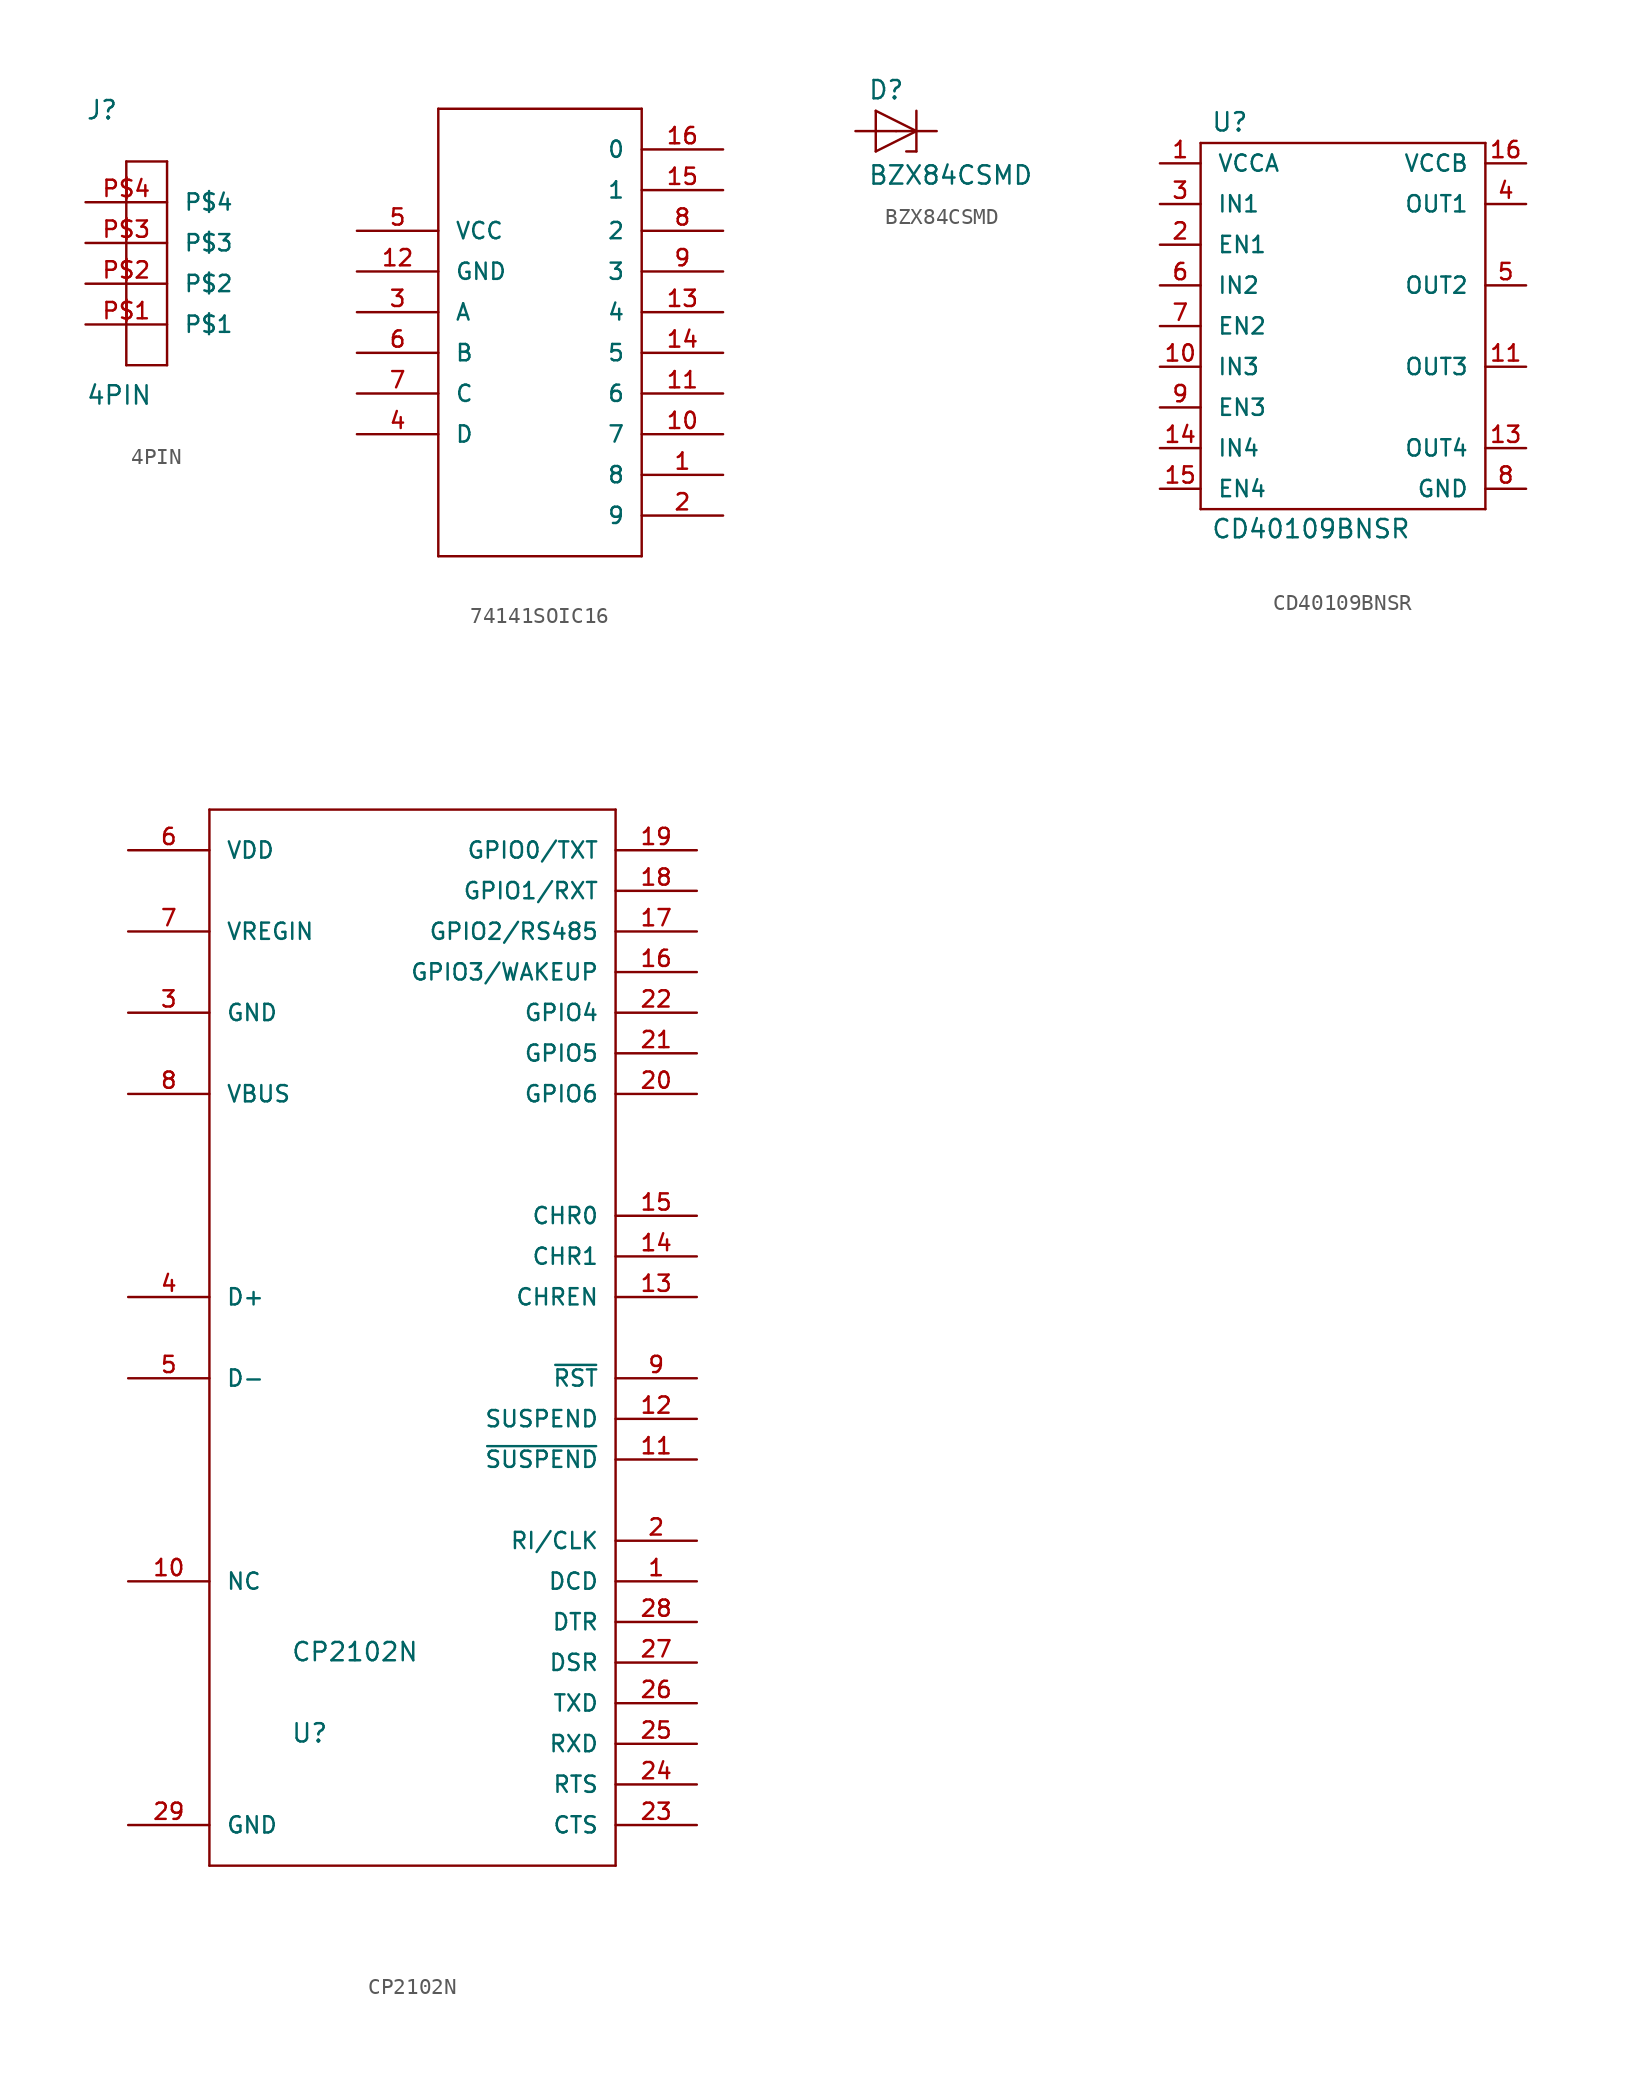
<source format=kicad_sym>
(kicad_symbol_lib
  (version 20220914)
  (generator kicad_symbol_editor)
  (symbol "4PIN"
    (pin_names
      (offset 1.016))
    (property "Reference" "J"
      (at -5.08 12.7 0)
      (effects (font (size 1.143 1.143)) (justify left bottom)))
    (property "Value" "4PIN"
      (at -5.08 -5.08 0)
      (effects (font (size 1.143 1.143)) (justify left bottom)))
    (property "ki_locked" ""
      (at 0 0 0)
      (effects (font (size 1.27 1.27))))
    (symbol "4PIN_1_0"
      (polyline (pts (xy -2.54 -2.54) (xy -2.54 10.16)) (stroke (width 0) (type solid)) (fill (type none)))
      (polyline (pts (xy -2.54 10.16) (xy 0 10.16)) (stroke (width 0) (type solid)) (fill (type none)))
      (polyline (pts (xy 0 -2.54) (xy -2.54 -2.54)) (stroke (width 0) (type solid)) (fill (type none)))
      (polyline (pts (xy 0 10.16) (xy 0 -2.54)) (stroke (width 0) (type solid)) (fill (type none))))
    (symbol "4PIN_1_1"
      (pin bidirectional line (at -5.08 0 0) (length 5.08) (name "P$1" (effects (font (size 1.016 1.016)))) (number "P$1" (effects (font (size 1.016 1.016)))))
      (pin bidirectional line (at -5.08 2.54 0) (length 5.08) (name "P$2" (effects (font (size 1.016 1.016)))) (number "P$2" (effects (font (size 1.016 1.016)))))
      (pin bidirectional line (at -5.08 5.08 0) (length 5.08) (name "P$3" (effects (font (size 1.016 1.016)))) (number "P$3" (effects (font (size 1.016 1.016)))))
      (pin bidirectional line (at -5.08 7.62 0) (length 5.08) (name "P$4" (effects (font (size 1.016 1.016)))) (number "P$4" (effects (font (size 1.016 1.016)))))
      (pin bidirectional line (at -5.08 0 0) (length 5.08) hide (name "P$1" (effects (font (size 1.016 1.016)))) (number "P$5" (effects (font (size 1.016 1.016)))))
      (pin bidirectional line (at -5.08 2.54 0) (length 5.08) hide (name "P$2" (effects (font (size 1.016 1.016)))) (number "P$6" (effects (font (size 1.016 1.016)))))
      (pin bidirectional line (at -5.08 5.08 0) (length 5.08) hide (name "P$3" (effects (font (size 1.016 1.016)))) (number "P$7" (effects (font (size 1.016 1.016)))))
      (pin bidirectional line (at -5.08 7.62 0) (length 5.08) hide (name "P$4" (effects (font (size 1.016 1.016)))) (number "P$8" (effects (font (size 1.016 1.016)))))))
  (symbol "74141SOIC16"
    (pin_names
      (offset 1.016))
    (property "Reference" "M"
      (at 0 0 0)
      (effects (font (size 1.143 1.143)) hide))
    (property "ki_locked" ""
      (at 0 0 0)
      (effects (font (size 1.27 1.27))))
    (symbol "74141SOIC16_1_0"
      (polyline (pts (xy -7.62 -12.7) (xy 5.08 -12.7)) (stroke (width 0) (type solid)) (fill (type none)))
      (polyline (pts (xy -7.62 15.24) (xy -7.62 -12.7)) (stroke (width 0) (type solid)) (fill (type none)))
      (polyline (pts (xy 5.08 -12.7) (xy 5.08 15.24)) (stroke (width 0) (type solid)) (fill (type none)))
      (polyline (pts (xy 5.08 15.24) (xy -7.62 15.24)) (stroke (width 0) (type solid)) (fill (type none))))
    (symbol "74141SOIC16_1_1"
      (pin passive line (at 10.16 -7.62 180) (length 5.08) (name "8" (effects (font (size 1.016 1.016)))) (number "1" (effects (font (size 1.016 1.016)))))
      (pin passive line (at 10.16 -5.08 180) (length 5.08) (name "7" (effects (font (size 1.016 1.016)))) (number "10" (effects (font (size 1.016 1.016)))))
      (pin passive line (at 10.16 -2.54 180) (length 5.08) (name "6" (effects (font (size 1.016 1.016)))) (number "11" (effects (font (size 1.016 1.016)))))
      (pin power_in line (at -12.7 5.08 0) (length 5.08) (name "GND" (effects (font (size 1.016 1.016)))) (number "12" (effects (font (size 1.016 1.016)))))
      (pin passive line (at 10.16 2.54 180) (length 5.08) (name "4" (effects (font (size 1.016 1.016)))) (number "13" (effects (font (size 1.016 1.016)))))
      (pin passive line (at 10.16 0 180) (length 5.08) (name "5" (effects (font (size 1.016 1.016)))) (number "14" (effects (font (size 1.016 1.016)))))
      (pin passive line (at 10.16 10.16 180) (length 5.08) (name "1" (effects (font (size 1.016 1.016)))) (number "15" (effects (font (size 1.016 1.016)))))
      (pin passive line (at 10.16 12.7 180) (length 5.08) (name "0" (effects (font (size 1.016 1.016)))) (number "16" (effects (font (size 1.016 1.016)))))
      (pin passive line (at 10.16 -10.16 180) (length 5.08) (name "9" (effects (font (size 1.016 1.016)))) (number "2" (effects (font (size 1.016 1.016)))))
      (pin passive line (at -12.7 2.54 0) (length 5.08) (name "A" (effects (font (size 1.016 1.016)))) (number "3" (effects (font (size 1.016 1.016)))))
      (pin passive line (at -12.7 -5.08 0) (length 5.08) (name "D" (effects (font (size 1.016 1.016)))) (number "4" (effects (font (size 1.016 1.016)))))
      (pin power_in line (at -12.7 7.62 0) (length 5.08) (name "VCC" (effects (font (size 1.016 1.016)))) (number "5" (effects (font (size 1.016 1.016)))))
      (pin passive line (at -12.7 0 0) (length 5.08) (name "B" (effects (font (size 1.016 1.016)))) (number "6" (effects (font (size 1.016 1.016)))))
      (pin passive line (at -12.7 -2.54 0) (length 5.08) (name "C" (effects (font (size 1.016 1.016)))) (number "7" (effects (font (size 1.016 1.016)))))
      (pin passive line (at 10.16 7.62 180) (length 5.08) (name "2" (effects (font (size 1.016 1.016)))) (number "8" (effects (font (size 1.016 1.016)))))
      (pin passive line (at 10.16 5.08 180) (length 5.08) (name "3" (effects (font (size 1.016 1.016)))) (number "9" (effects (font (size 1.016 1.016)))))))
  (symbol "BZX84CSMD"
    (pin_numbers hide)
    (pin_names
      (offset 1.016) hide)
    (property "Reference" "D"
      (at -1.778 1.905 0)
      (effects (font (size 1.143 1.143)) (justify left bottom)))
    (property "Value" "BZX84CSMD"
      (at -1.778 -3.429 0)
      (effects (font (size 1.143 1.143)) (justify left bottom)))
    (property "ki_locked" ""
      (at 0 0 0)
      (effects (font (size 1.27 1.27))))
    (symbol "BZX84CSMD_1_0"
      (polyline (pts (xy -1.27 -1.27) (xy 1.27 0)) (stroke (width 0) (type solid)) (fill (type none)))
      (polyline (pts (xy -1.27 1.27) (xy -1.27 -1.27)) (stroke (width 0) (type solid)) (fill (type none)))
      (polyline (pts (xy 1.27 -1.27) (xy 0.635 -1.27)) (stroke (width 0) (type solid)) (fill (type none)))
      (polyline (pts (xy 1.27 0) (xy -1.27 1.27)) (stroke (width 0) (type solid)) (fill (type none)))
      (polyline (pts (xy 1.27 0) (xy 1.27 -1.27)) (stroke (width 0) (type solid)) (fill (type none)))
      (polyline (pts (xy 1.27 1.27) (xy 1.27 0)) (stroke (width 0) (type solid)) (fill (type none))))
    (symbol "BZX84CSMD_1_1"
      (pin passive line (at -2.54 0 0) (length 2.54) (name "A" (effects (font (size 1.016 1.016)))) (number "A" (effects (font (size 1.016 1.016)))))
      (pin passive line (at 2.54 0 180) (length 2.54) (name "C" (effects (font (size 1.016 1.016)))) (number "C" (effects (font (size 1.016 1.016)))))))
  (symbol "CD40109BNSR"
    (pin_names
      (offset 1.016))
    (property "Reference" "U"
      (at -8.255 12.065 0)
      (effects (font (size 1.143 1.143)) (justify left bottom)))
    (property "Value" "CD40109BNSR"
      (at -8.255 -13.335 0)
      (effects (font (size 1.143 1.143)) (justify left bottom)))
    (property "ki_locked" ""
      (at 0 0 0)
      (effects (font (size 1.27 1.27))))
    (symbol "CD40109BNSR_1_0"
      (polyline (pts (xy -8.89 -11.43) (xy -8.89 11.43)) (stroke (width 0) (type solid)) (fill (type none)))
      (polyline (pts (xy -8.89 11.43) (xy 8.89 11.43)) (stroke (width 0) (type solid)) (fill (type none)))
      (polyline (pts (xy 8.89 -11.43) (xy -8.89 -11.43)) (stroke (width 0) (type solid)) (fill (type none)))
      (polyline (pts (xy 8.89 11.43) (xy 8.89 -11.43)) (stroke (width 0) (type solid)) (fill (type none))))
    (symbol "CD40109BNSR_1_1"
      (pin bidirectional line (at -11.43 10.16 0) (length 2.54) (name "VCCA" (effects (font (size 1.016 1.016)))) (number "1" (effects (font (size 1.016 1.016)))))
      (pin bidirectional line (at -11.43 -2.54 0) (length 2.54) (name "IN3" (effects (font (size 1.016 1.016)))) (number "10" (effects (font (size 1.016 1.016)))))
      (pin bidirectional line (at 11.43 -2.54 180) (length 2.54) (name "OUT3" (effects (font (size 1.016 1.016)))) (number "11" (effects (font (size 1.016 1.016)))))
      (pin bidirectional line (at 11.43 -7.62 180) (length 2.54) (name "OUT4" (effects (font (size 1.016 1.016)))) (number "13" (effects (font (size 1.016 1.016)))))
      (pin bidirectional line (at -11.43 -7.62 0) (length 2.54) (name "IN4" (effects (font (size 1.016 1.016)))) (number "14" (effects (font (size 1.016 1.016)))))
      (pin bidirectional line (at -11.43 -10.16 0) (length 2.54) (name "EN4" (effects (font (size 1.016 1.016)))) (number "15" (effects (font (size 1.016 1.016)))))
      (pin bidirectional line (at 11.43 10.16 180) (length 2.54) (name "VCCB" (effects (font (size 1.016 1.016)))) (number "16" (effects (font (size 1.016 1.016)))))
      (pin bidirectional line (at -11.43 5.08 0) (length 2.54) (name "EN1" (effects (font (size 1.016 1.016)))) (number "2" (effects (font (size 1.016 1.016)))))
      (pin bidirectional line (at -11.43 7.62 0) (length 2.54) (name "IN1" (effects (font (size 1.016 1.016)))) (number "3" (effects (font (size 1.016 1.016)))))
      (pin bidirectional line (at 11.43 7.62 180) (length 2.54) (name "OUT1" (effects (font (size 1.016 1.016)))) (number "4" (effects (font (size 1.016 1.016)))))
      (pin bidirectional line (at 11.43 2.54 180) (length 2.54) (name "OUT2" (effects (font (size 1.016 1.016)))) (number "5" (effects (font (size 1.016 1.016)))))
      (pin bidirectional line (at -11.43 2.54 0) (length 2.54) (name "IN2" (effects (font (size 1.016 1.016)))) (number "6" (effects (font (size 1.016 1.016)))))
      (pin bidirectional line (at -11.43 0 0) (length 2.54) (name "EN2" (effects (font (size 1.016 1.016)))) (number "7" (effects (font (size 1.016 1.016)))))
      (pin bidirectional line (at 11.43 -10.16 180) (length 2.54) (name "GND" (effects (font (size 1.016 1.016)))) (number "8" (effects (font (size 1.016 1.016)))))
      (pin bidirectional line (at -11.43 -5.08 0) (length 2.54) (name "EN3" (effects (font (size 1.016 1.016)))) (number "9" (effects (font (size 1.016 1.016)))))))
  (symbol "CP2102N"
    (pin_names
      (offset 1.016))
    (property "Reference" "U"
      (at -7.62 -25.4 0)
      (effects (font (size 1.143 1.143)) (justify left bottom)))
    (property "Value" "CP2102N"
      (at -7.62 -20.32 0)
      (effects (font (size 1.143 1.143)) (justify left bottom)))
    (property "ki_locked" ""
      (at 0 0 0)
      (effects (font (size 1.27 1.27))))
    (symbol "CP2102N_1_0"
      (polyline (pts (xy -12.7 -33.02) (xy -12.7 33.02)) (stroke (width 0) (type solid)) (fill (type none)))
      (polyline (pts (xy -12.7 33.02) (xy 12.7 33.02)) (stroke (width 0) (type solid)) (fill (type none)))
      (polyline (pts (xy 12.7 -33.02) (xy -12.7 -33.02)) (stroke (width 0) (type solid)) (fill (type none)))
      (polyline (pts (xy 12.7 33.02) (xy 12.7 -33.02)) (stroke (width 0) (type solid)) (fill (type none))))
    (symbol "CP2102N_1_1"
      (pin input line (at 17.78 -15.24 180) (length 5.08) (name "DCD" (effects (font (size 1.016 1.016)))) (number "1" (effects (font (size 1.016 1.016)))))
      (pin unspecified line (at -17.78 -15.24 0) (length 5.08) (name "NC" (effects (font (size 1.016 1.016)))) (number "10" (effects (font (size 1.016 1.016)))))
      (pin output line (at 17.78 -7.62 180) (length 5.08) (name "~{SUSPEND}" (effects (font (size 1.016 1.016)))) (number "11" (effects (font (size 1.016 1.016)))))
      (pin output line (at 17.78 -5.08 180) (length 5.08) (name "SUSPEND" (effects (font (size 1.016 1.016)))) (number "12" (effects (font (size 1.016 1.016)))))
      (pin output line (at 17.78 2.54 180) (length 5.08) (name "CHREN" (effects (font (size 1.016 1.016)))) (number "13" (effects (font (size 1.016 1.016)))))
      (pin output line (at 17.78 5.08 180) (length 5.08) (name "CHR1" (effects (font (size 1.016 1.016)))) (number "14" (effects (font (size 1.016 1.016)))))
      (pin output line (at 17.78 7.62 180) (length 5.08) (name "CHR0" (effects (font (size 1.016 1.016)))) (number "15" (effects (font (size 1.016 1.016)))))
      (pin bidirectional line (at 17.78 22.86 180) (length 5.08) (name "GPIO3/WAKEUP" (effects (font (size 1.016 1.016)))) (number "16" (effects (font (size 1.016 1.016)))))
      (pin bidirectional line (at 17.78 25.4 180) (length 5.08) (name "GPIO2/RS485" (effects (font (size 1.016 1.016)))) (number "17" (effects (font (size 1.016 1.016)))))
      (pin bidirectional line (at 17.78 27.94 180) (length 5.08) (name "GPIO1/RXT" (effects (font (size 1.016 1.016)))) (number "18" (effects (font (size 1.016 1.016)))))
      (pin bidirectional line (at 17.78 30.48 180) (length 5.08) (name "GPIO0/TXT" (effects (font (size 1.016 1.016)))) (number "19" (effects (font (size 1.016 1.016)))))
      (pin bidirectional line (at 17.78 -12.7 180) (length 5.08) (name "RI/CLK" (effects (font (size 1.016 1.016)))) (number "2" (effects (font (size 1.016 1.016)))))
      (pin bidirectional line (at 17.78 15.24 180) (length 5.08) (name "GPIO6" (effects (font (size 1.016 1.016)))) (number "20" (effects (font (size 1.016 1.016)))))
      (pin bidirectional line (at 17.78 17.78 180) (length 5.08) (name "GPIO5" (effects (font (size 1.016 1.016)))) (number "21" (effects (font (size 1.016 1.016)))))
      (pin bidirectional line (at 17.78 20.32 180) (length 5.08) (name "GPIO4" (effects (font (size 1.016 1.016)))) (number "22" (effects (font (size 1.016 1.016)))))
      (pin input line (at 17.78 -30.48 180) (length 5.08) (name "CTS" (effects (font (size 1.016 1.016)))) (number "23" (effects (font (size 1.016 1.016)))))
      (pin output line (at 17.78 -27.94 180) (length 5.08) (name "RTS" (effects (font (size 1.016 1.016)))) (number "24" (effects (font (size 1.016 1.016)))))
      (pin input line (at 17.78 -25.4 180) (length 5.08) (name "RXD" (effects (font (size 1.016 1.016)))) (number "25" (effects (font (size 1.016 1.016)))))
      (pin output line (at 17.78 -22.86 180) (length 5.08) (name "TXD" (effects (font (size 1.016 1.016)))) (number "26" (effects (font (size 1.016 1.016)))))
      (pin input line (at 17.78 -20.32 180) (length 5.08) (name "DSR" (effects (font (size 1.016 1.016)))) (number "27" (effects (font (size 1.016 1.016)))))
      (pin output line (at 17.78 -17.78 180) (length 5.08) (name "DTR" (effects (font (size 1.016 1.016)))) (number "28" (effects (font (size 1.016 1.016)))))
      (pin power_in line (at -17.78 -30.48 0) (length 5.08) (name "GND" (effects (font (size 1.016 1.016)))) (number "29" (effects (font (size 1.016 1.016)))))
      (pin power_in line (at -17.78 20.32 0) (length 5.08) (name "GND" (effects (font (size 1.016 1.016)))) (number "3" (effects (font (size 1.016 1.016)))))
      (pin input line (at -17.78 2.54 0) (length 5.08) (name "D+" (effects (font (size 1.016 1.016)))) (number "4" (effects (font (size 1.016 1.016)))))
      (pin input line (at -17.78 -2.54 0) (length 5.08) (name "D-" (effects (font (size 1.016 1.016)))) (number "5" (effects (font (size 1.016 1.016)))))
      (pin power_in line (at -17.78 30.48 0) (length 5.08) (name "VDD" (effects (font (size 1.016 1.016)))) (number "6" (effects (font (size 1.016 1.016)))))
      (pin power_in line (at -17.78 25.4 0) (length 5.08) (name "VREGIN" (effects (font (size 1.016 1.016)))) (number "7" (effects (font (size 1.016 1.016)))))
      (pin power_in line (at -17.78 15.24 0) (length 5.08) (name "VBUS" (effects (font (size 1.016 1.016)))) (number "8" (effects (font (size 1.016 1.016)))))
      (pin bidirectional line (at 17.78 -2.54 180) (length 5.08) (name "~{RST}" (effects (font (size 1.016 1.016)))) (number "9" (effects (font (size 1.016 1.016))))))))
</source>
